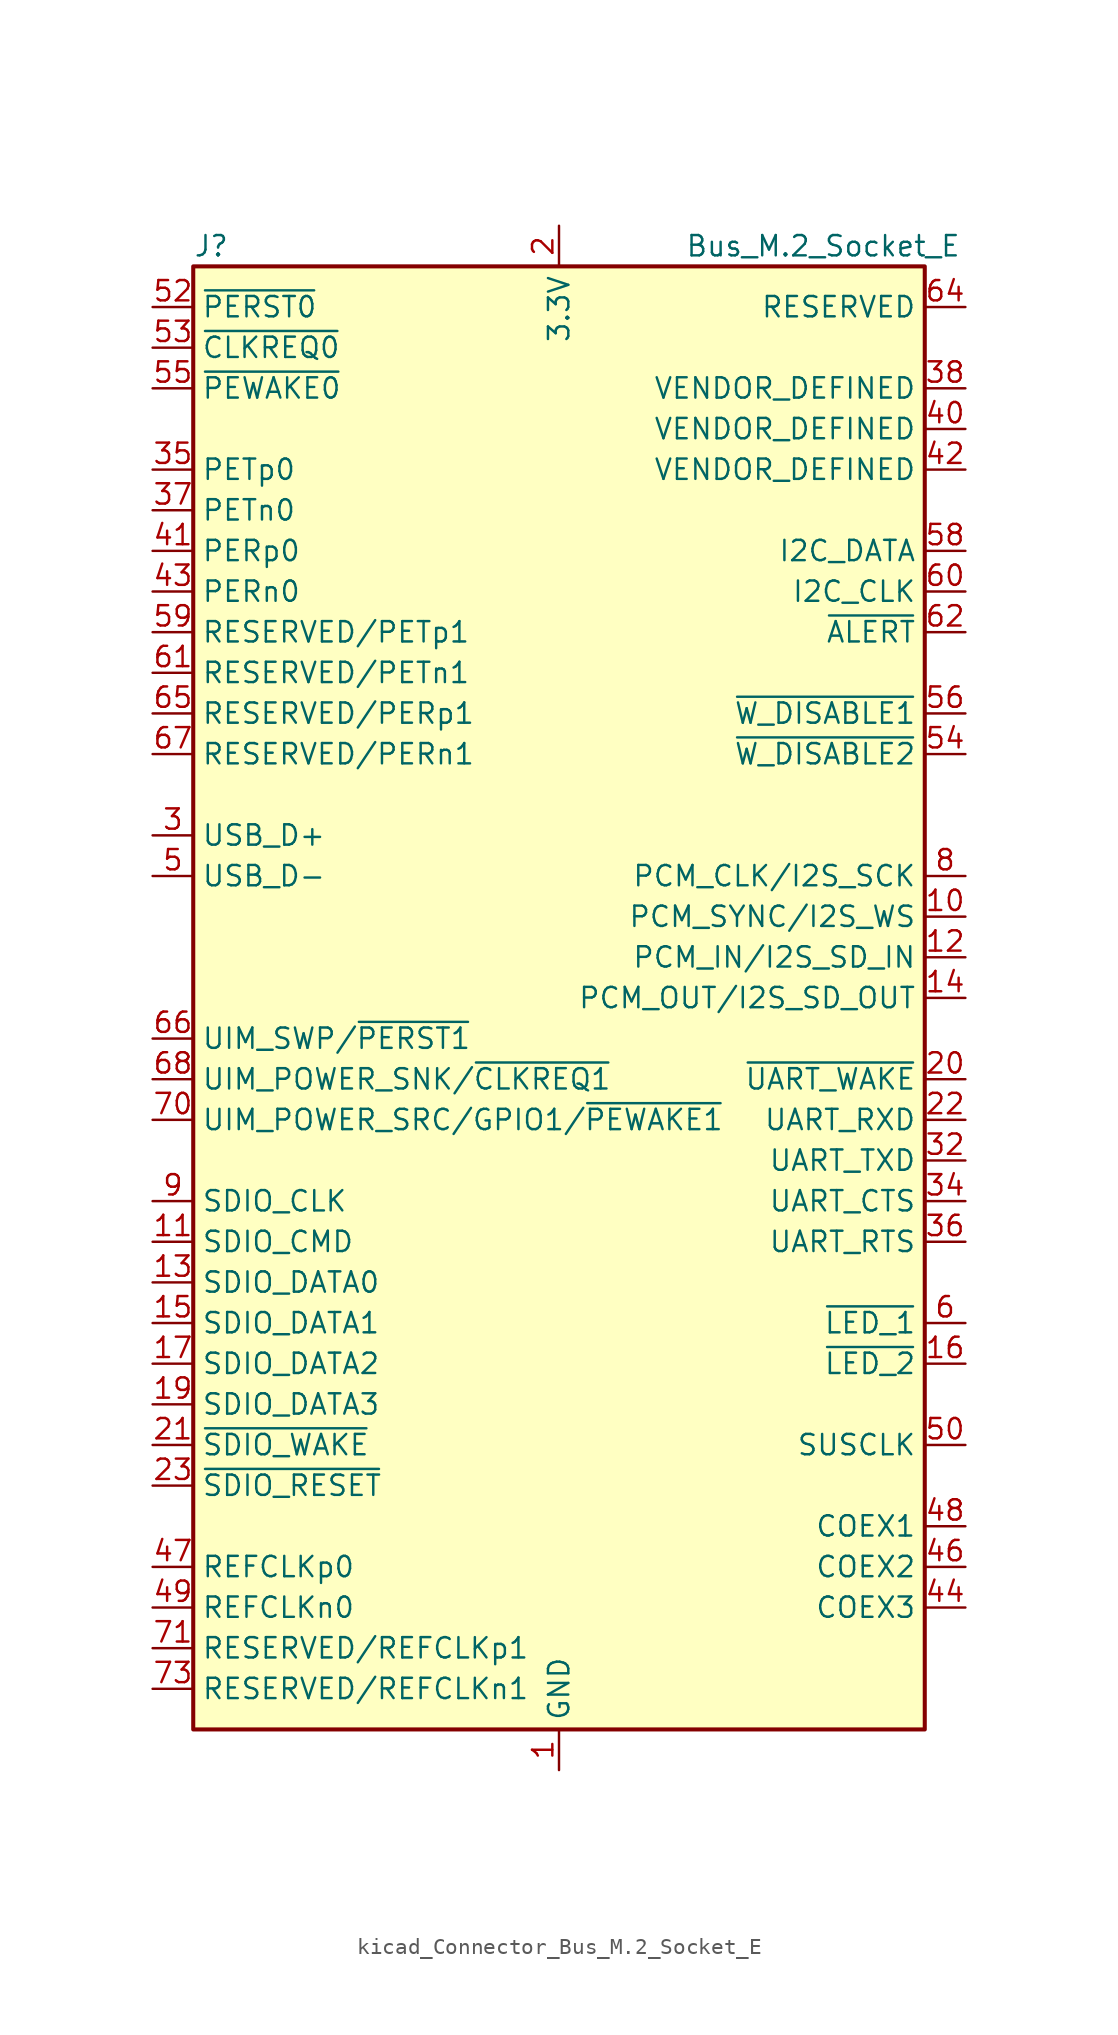
<source format=kicad_sym>
(kicad_symbol_lib
  (version 20220914)
  (generator kicad_symbol_editor)
  (symbol "kicad_Connector_Bus_M.2_Socket_E"
    (property "Reference" "J"
      (at -22.86 46.99 0)
      (effects (font (size 1.27 1.27)) (justify left)))
    (property "Value" "Bus_M.2_Socket_E"
      (at 16.51 46.99 0)
      (effects (font (size 1.27 1.27))))
    (symbol "kicad_Connector_Bus_M.2_Socket_E_0_1"
      (rectangle (start -22.86 45.72) (end 22.86 -45.72) (stroke (width 0.254) (type default)) (fill (type background))))
    (symbol "kicad_Connector_Bus_M.2_Socket_E_1_1"
      (pin power_in line (at 0 -48.26 90) (length 2.54) (name "GND" (effects (font (size 1.27 1.27)))) (number "1" (effects (font (size 1.27 1.27)))))
      (pin bidirectional line (at 25.4 5.08 180) (length 2.54) (name "PCM_SYNC/I2S_WS" (effects (font (size 1.27 1.27)))) (number "10" (effects (font (size 1.27 1.27)))))
      (pin bidirectional line (at -25.4 -15.24 0) (length 2.54) (name "SDIO_CMD" (effects (font (size 1.27 1.27)))) (number "11" (effects (font (size 1.27 1.27)))))
      (pin input line (at 25.4 2.54 180) (length 2.54) (name "PCM_IN/I2S_SD_IN" (effects (font (size 1.27 1.27)))) (number "12" (effects (font (size 1.27 1.27)))))
      (pin bidirectional line (at -25.4 -17.78 0) (length 2.54) (name "SDIO_DATA0" (effects (font (size 1.27 1.27)))) (number "13" (effects (font (size 1.27 1.27)))))
      (pin output line (at 25.4 0 180) (length 2.54) (name "PCM_OUT/I2S_SD_OUT" (effects (font (size 1.27 1.27)))) (number "14" (effects (font (size 1.27 1.27)))))
      (pin bidirectional line (at -25.4 -20.32 0) (length 2.54) (name "SDIO_DATA1" (effects (font (size 1.27 1.27)))) (number "15" (effects (font (size 1.27 1.27)))))
      (pin open_collector line (at 25.4 -22.86 180) (length 2.54) (name "~{LED_2}" (effects (font (size 1.27 1.27)))) (number "16" (effects (font (size 1.27 1.27)))))
      (pin bidirectional line (at -25.4 -22.86 0) (length 2.54) (name "SDIO_DATA2" (effects (font (size 1.27 1.27)))) (number "17" (effects (font (size 1.27 1.27)))))
      (pin passive line (at 0 -48.26 90) (length 2.54) hide (name "GND" (effects (font (size 1.27 1.27)))) (number "18" (effects (font (size 1.27 1.27)))))
      (pin bidirectional line (at -25.4 -25.4 0) (length 2.54) (name "SDIO_DATA3" (effects (font (size 1.27 1.27)))) (number "19" (effects (font (size 1.27 1.27)))))
      (pin power_in line (at 0 48.26 270) (length 2.54) (name "3.3V" (effects (font (size 1.27 1.27)))) (number "2" (effects (font (size 1.27 1.27)))))
      (pin input line (at 25.4 -5.08 180) (length 2.54) (name "~{UART_WAKE}" (effects (font (size 1.27 1.27)))) (number "20" (effects (font (size 1.27 1.27)))))
      (pin input line (at -25.4 -27.94 0) (length 2.54) (name "~{SDIO_WAKE}" (effects (font (size 1.27 1.27)))) (number "21" (effects (font (size 1.27 1.27)))))
      (pin input line (at 25.4 -7.62 180) (length 2.54) (name "UART_RXD" (effects (font (size 1.27 1.27)))) (number "22" (effects (font (size 1.27 1.27)))))
      (pin output line (at -25.4 -30.48 0) (length 2.54) (name "~{SDIO_RESET}" (effects (font (size 1.27 1.27)))) (number "23" (effects (font (size 1.27 1.27)))))
      (pin bidirectional line (at -25.4 10.16 0) (length 2.54) (name "USB_D+" (effects (font (size 1.27 1.27)))) (number "3" (effects (font (size 1.27 1.27)))))
      (pin output line (at 25.4 -10.16 180) (length 2.54) (name "UART_TXD" (effects (font (size 1.27 1.27)))) (number "32" (effects (font (size 1.27 1.27)))))
      (pin passive line (at 0 -48.26 90) (length 2.54) hide (name "GND" (effects (font (size 1.27 1.27)))) (number "33" (effects (font (size 1.27 1.27)))))
      (pin input line (at 25.4 -12.7 180) (length 2.54) (name "UART_CTS" (effects (font (size 1.27 1.27)))) (number "34" (effects (font (size 1.27 1.27)))))
      (pin output line (at -25.4 33.02 0) (length 2.54) (name "PETp0" (effects (font (size 1.27 1.27)))) (number "35" (effects (font (size 1.27 1.27)))))
      (pin output line (at 25.4 -15.24 180) (length 2.54) (name "UART_RTS" (effects (font (size 1.27 1.27)))) (number "36" (effects (font (size 1.27 1.27)))))
      (pin output line (at -25.4 30.48 0) (length 2.54) (name "PETn0" (effects (font (size 1.27 1.27)))) (number "37" (effects (font (size 1.27 1.27)))))
      (pin passive line (at 25.4 38.1 180) (length 2.54) (name "VENDOR_DEFINED" (effects (font (size 1.27 1.27)))) (number "38" (effects (font (size 1.27 1.27)))))
      (pin passive line (at 0 -48.26 90) (length 2.54) hide (name "GND" (effects (font (size 1.27 1.27)))) (number "39" (effects (font (size 1.27 1.27)))))
      (pin passive line (at 0 48.26 270) (length 2.54) hide (name "3.3V" (effects (font (size 1.27 1.27)))) (number "4" (effects (font (size 1.27 1.27)))))
      (pin passive line (at 25.4 35.56 180) (length 2.54) (name "VENDOR_DEFINED" (effects (font (size 1.27 1.27)))) (number "40" (effects (font (size 1.27 1.27)))))
      (pin input line (at -25.4 27.94 0) (length 2.54) (name "PERp0" (effects (font (size 1.27 1.27)))) (number "41" (effects (font (size 1.27 1.27)))))
      (pin passive line (at 25.4 33.02 180) (length 2.54) (name "VENDOR_DEFINED" (effects (font (size 1.27 1.27)))) (number "42" (effects (font (size 1.27 1.27)))))
      (pin input line (at -25.4 25.4 0) (length 2.54) (name "PERn0" (effects (font (size 1.27 1.27)))) (number "43" (effects (font (size 1.27 1.27)))))
      (pin bidirectional line (at 25.4 -38.1 180) (length 2.54) (name "COEX3" (effects (font (size 1.27 1.27)))) (number "44" (effects (font (size 1.27 1.27)))))
      (pin passive line (at 0 -48.26 90) (length 2.54) hide (name "GND" (effects (font (size 1.27 1.27)))) (number "45" (effects (font (size 1.27 1.27)))))
      (pin bidirectional line (at 25.4 -35.56 180) (length 2.54) (name "COEX2" (effects (font (size 1.27 1.27)))) (number "46" (effects (font (size 1.27 1.27)))))
      (pin output line (at -25.4 -35.56 0) (length 2.54) (name "REFCLKp0" (effects (font (size 1.27 1.27)))) (number "47" (effects (font (size 1.27 1.27)))))
      (pin bidirectional line (at 25.4 -33.02 180) (length 2.54) (name "COEX1" (effects (font (size 1.27 1.27)))) (number "48" (effects (font (size 1.27 1.27)))))
      (pin output line (at -25.4 -38.1 0) (length 2.54) (name "REFCLKn0" (effects (font (size 1.27 1.27)))) (number "49" (effects (font (size 1.27 1.27)))))
      (pin bidirectional line (at -25.4 7.62 0) (length 2.54) (name "USB_D-" (effects (font (size 1.27 1.27)))) (number "5" (effects (font (size 1.27 1.27)))))
      (pin output line (at 25.4 -27.94 180) (length 2.54) (name "SUSCLK" (effects (font (size 1.27 1.27)))) (number "50" (effects (font (size 1.27 1.27)))))
      (pin passive line (at 0 -48.26 90) (length 2.54) hide (name "GND" (effects (font (size 1.27 1.27)))) (number "51" (effects (font (size 1.27 1.27)))))
      (pin output line (at -25.4 43.18 0) (length 2.54) (name "~{PERST0}" (effects (font (size 1.27 1.27)))) (number "52" (effects (font (size 1.27 1.27)))))
      (pin bidirectional line (at -25.4 40.64 0) (length 2.54) (name "~{CLKREQ0}" (effects (font (size 1.27 1.27)))) (number "53" (effects (font (size 1.27 1.27)))))
      (pin output line (at 25.4 15.24 180) (length 2.54) (name "~{W_DISABLE2}" (effects (font (size 1.27 1.27)))) (number "54" (effects (font (size 1.27 1.27)))))
      (pin bidirectional line (at -25.4 38.1 0) (length 2.54) (name "~{PEWAKE0}" (effects (font (size 1.27 1.27)))) (number "55" (effects (font (size 1.27 1.27)))))
      (pin output line (at 25.4 17.78 180) (length 2.54) (name "~{W_DISABLE1}" (effects (font (size 1.27 1.27)))) (number "56" (effects (font (size 1.27 1.27)))))
      (pin passive line (at 0 -48.26 90) (length 2.54) hide (name "GND" (effects (font (size 1.27 1.27)))) (number "57" (effects (font (size 1.27 1.27)))))
      (pin bidirectional line (at 25.4 27.94 180) (length 2.54) (name "I2C_DATA" (effects (font (size 1.27 1.27)))) (number "58" (effects (font (size 1.27 1.27)))))
      (pin output line (at -25.4 22.86 0) (length 2.54) (name "RESERVED/PETp1" (effects (font (size 1.27 1.27)))) (number "59" (effects (font (size 1.27 1.27)))))
      (pin open_collector line (at 25.4 -20.32 180) (length 2.54) (name "~{LED_1}" (effects (font (size 1.27 1.27)))) (number "6" (effects (font (size 1.27 1.27)))))
      (pin output line (at 25.4 25.4 180) (length 2.54) (name "I2C_CLK" (effects (font (size 1.27 1.27)))) (number "60" (effects (font (size 1.27 1.27)))))
      (pin output line (at -25.4 20.32 0) (length 2.54) (name "RESERVED/PETn1" (effects (font (size 1.27 1.27)))) (number "61" (effects (font (size 1.27 1.27)))))
      (pin input line (at 25.4 22.86 180) (length 2.54) (name "~{ALERT}" (effects (font (size 1.27 1.27)))) (number "62" (effects (font (size 1.27 1.27)))))
      (pin passive line (at 0 -48.26 90) (length 2.54) hide (name "GND" (effects (font (size 1.27 1.27)))) (number "63" (effects (font (size 1.27 1.27)))))
      (pin passive line (at 25.4 43.18 180) (length 2.54) (name "RESERVED" (effects (font (size 1.27 1.27)))) (number "64" (effects (font (size 1.27 1.27)))))
      (pin input line (at -25.4 17.78 0) (length 2.54) (name "RESERVED/PERp1" (effects (font (size 1.27 1.27)))) (number "65" (effects (font (size 1.27 1.27)))))
      (pin output line (at -25.4 -2.54 0) (length 2.54) (name "UIM_SWP/~{PERST1}" (effects (font (size 1.27 1.27)))) (number "66" (effects (font (size 1.27 1.27)))))
      (pin input line (at -25.4 15.24 0) (length 2.54) (name "RESERVED/PERn1" (effects (font (size 1.27 1.27)))) (number "67" (effects (font (size 1.27 1.27)))))
      (pin bidirectional line (at -25.4 -5.08 0) (length 2.54) (name "UIM_POWER_SNK/~{CLKREQ1}" (effects (font (size 1.27 1.27)))) (number "68" (effects (font (size 1.27 1.27)))))
      (pin passive line (at 0 -48.26 90) (length 2.54) hide (name "GND" (effects (font (size 1.27 1.27)))) (number "69" (effects (font (size 1.27 1.27)))))
      (pin passive line (at 0 -48.26 90) (length 2.54) hide (name "GND" (effects (font (size 1.27 1.27)))) (number "7" (effects (font (size 1.27 1.27)))))
      (pin bidirectional line (at -25.4 -7.62 0) (length 2.54) (name "UIM_POWER_SRC/GPIO1/~{PEWAKE1}" (effects (font (size 1.27 1.27)))) (number "70" (effects (font (size 1.27 1.27)))))
      (pin output line (at -25.4 -40.64 0) (length 2.54) (name "RESERVED/REFCLKp1" (effects (font (size 1.27 1.27)))) (number "71" (effects (font (size 1.27 1.27)))))
      (pin passive line (at 0 48.26 270) (length 2.54) hide (name "3.3V" (effects (font (size 1.27 1.27)))) (number "72" (effects (font (size 1.27 1.27)))))
      (pin output line (at -25.4 -43.18 0) (length 2.54) (name "RESERVED/REFCLKn1" (effects (font (size 1.27 1.27)))) (number "73" (effects (font (size 1.27 1.27)))))
      (pin passive line (at 0 48.26 270) (length 2.54) hide (name "3.3V" (effects (font (size 1.27 1.27)))) (number "74" (effects (font (size 1.27 1.27)))))
      (pin passive line (at 0 -48.26 90) (length 2.54) hide (name "GND" (effects (font (size 1.27 1.27)))) (number "75" (effects (font (size 1.27 1.27)))))
      (pin bidirectional line (at 25.4 7.62 180) (length 2.54) (name "PCM_CLK/I2S_SCK" (effects (font (size 1.27 1.27)))) (number "8" (effects (font (size 1.27 1.27)))))
      (pin output line (at -25.4 -12.7 0) (length 2.54) (name "SDIO_CLK" (effects (font (size 1.27 1.27)))) (number "9" (effects (font (size 1.27 1.27))))))))
</source>
